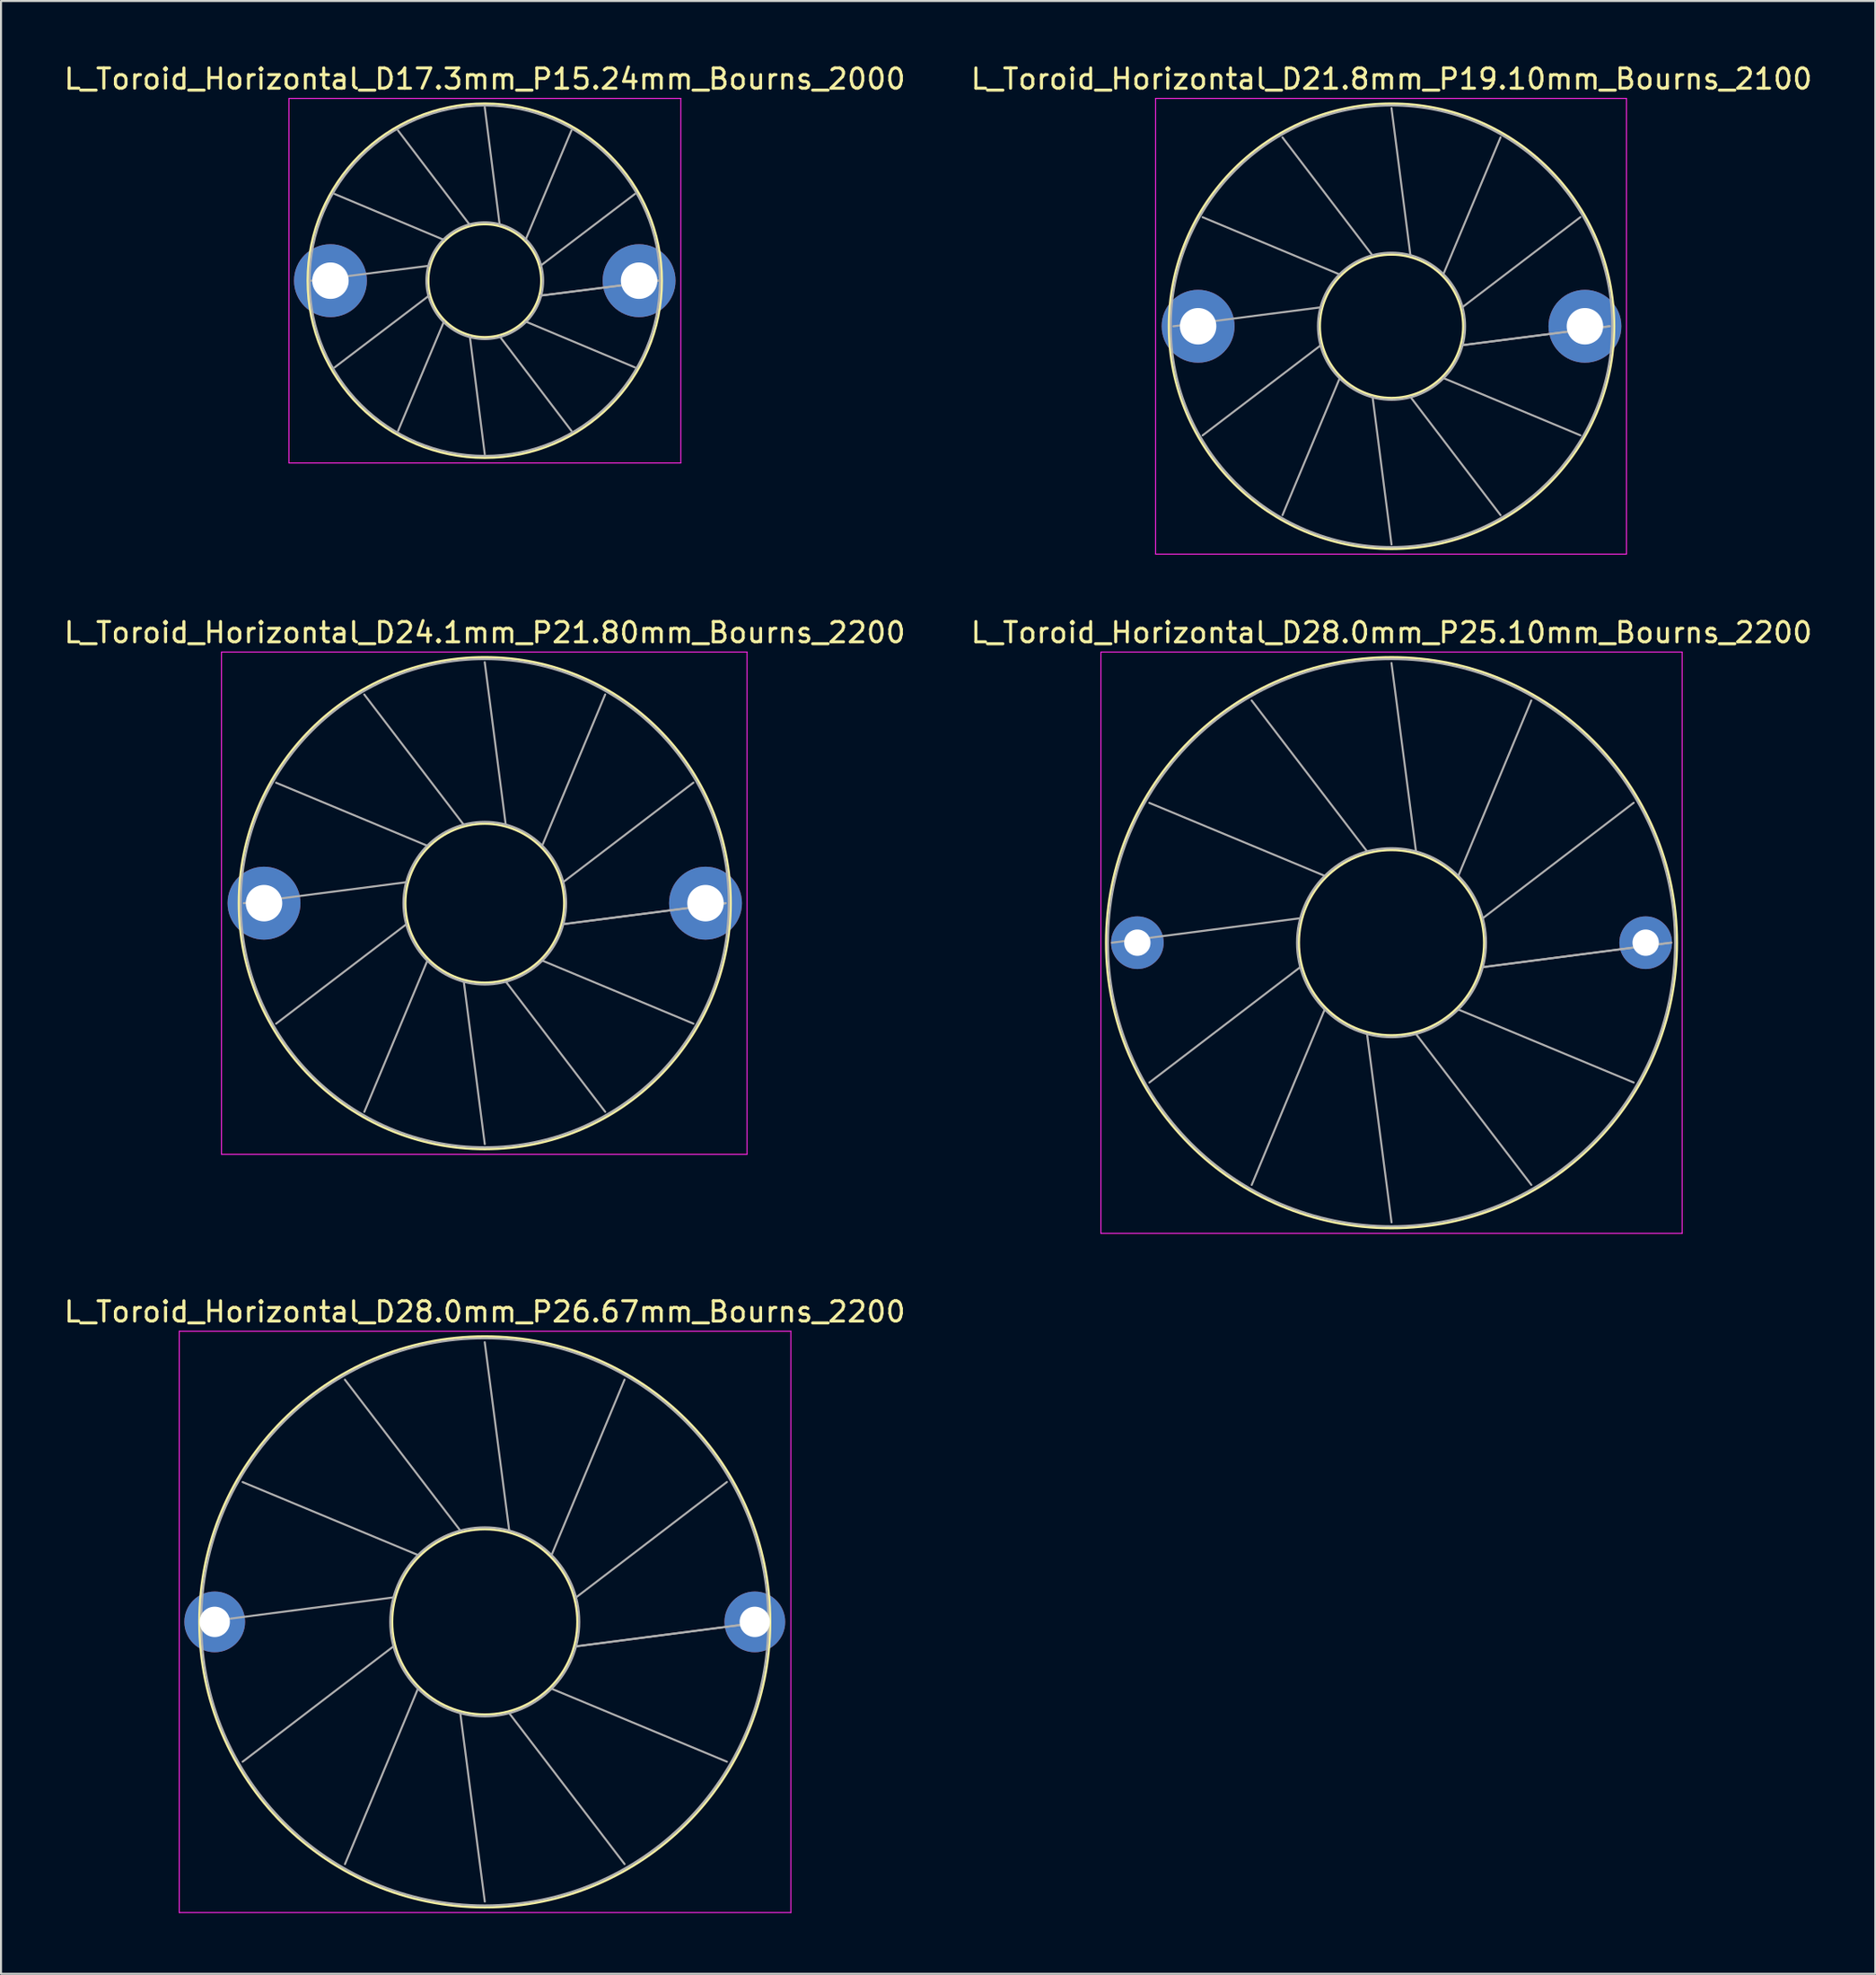
<source format=kicad_pcb>
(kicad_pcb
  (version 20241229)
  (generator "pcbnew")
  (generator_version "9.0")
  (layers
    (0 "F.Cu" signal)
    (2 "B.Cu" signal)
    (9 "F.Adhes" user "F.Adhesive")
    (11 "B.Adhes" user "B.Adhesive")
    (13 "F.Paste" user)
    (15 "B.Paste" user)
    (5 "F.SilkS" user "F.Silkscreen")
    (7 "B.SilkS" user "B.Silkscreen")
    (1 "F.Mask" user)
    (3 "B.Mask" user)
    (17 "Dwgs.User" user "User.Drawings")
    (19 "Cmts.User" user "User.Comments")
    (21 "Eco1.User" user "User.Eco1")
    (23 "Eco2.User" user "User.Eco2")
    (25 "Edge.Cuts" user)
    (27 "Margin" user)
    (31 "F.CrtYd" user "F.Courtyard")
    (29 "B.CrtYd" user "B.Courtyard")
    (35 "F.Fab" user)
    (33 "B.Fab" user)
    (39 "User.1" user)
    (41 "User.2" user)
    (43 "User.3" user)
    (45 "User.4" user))
  (footprint "L_Toroid_Horizontal_D21.8mm_P19.10mm_Bourns_2100"
    (layer "F.Cu")
    (at 56.111 13.058)
    (property "Reference" "L_Toroid_Horizontal_D21.8mm_P19.10mm_Bourns_2100" (at 9.55 -12.21 0) (layer "F.SilkS") (effects (font (size 1 1) (thickness 0.15))))
    (attr through_hole)
    (fp_circle (center 9.55 0) (end 13.093 0) (stroke (width 0.12) (type solid)) (fill no) (layer "F.SilkS"))
    (fp_circle (center 9.55 0) (end 20.54 0) (stroke (width 0.12) (type solid)) (fill no) (layer "F.SilkS"))
    (fp_line (start -2.1 -11.25) (end -2.1 11.25) (stroke (width 0.05) (type solid)) (layer "F.CrtYd"))
    (fp_line (start -2.1 11.25) (end 21.15 11.25) (stroke (width 0.05) (type solid)) (layer "F.CrtYd"))
    (fp_line (start 21.15 -11.25) (end -2.1 -11.25) (stroke (width 0.05) (type solid)) (layer "F.CrtYd"))
    (fp_line (start 21.15 11.25) (end 21.15 -11.25) (stroke (width 0.05) (type solid)) (layer "F.CrtYd"))
    (fp_line (start -1.22 0.001) (end 6.059 -0.935) (stroke (width 0.1) (type solid)) (layer "F.Fab"))
    (fp_line (start 0.222 -5.384) (end 6.994 -2.555) (stroke (width 0.1) (type solid)) (layer "F.Fab"))
    (fp_line (start 0.223 5.386) (end 6.059 0.936) (stroke (width 0.1) (type solid)) (layer "F.Fab"))
    (fp_line (start 4.164 -9.327) (end 8.614 -3.491) (stroke (width 0.1) (type solid)) (layer "F.Fab"))
    (fp_line (start 4.165 9.328) (end 6.995 2.556) (stroke (width 0.1) (type solid)) (layer "F.Fab"))
    (fp_line (start 9.549 -10.77) (end 10.485 -3.491) (stroke (width 0.1) (type solid)) (layer "F.Fab"))
    (fp_line (start 9.55 10.77) (end 8.615 3.491) (stroke (width 0.1) (type solid)) (layer "F.Fab"))
    (fp_line (start 14.934 -9.328) (end 12.105 -2.556) (stroke (width 0.1) (type solid)) (layer "F.Fab"))
    (fp_line (start 14.935 9.327) (end 10.486 3.491) (stroke (width 0.1) (type solid)) (layer "F.Fab"))
    (fp_line (start 18.876 -5.387) (end 13.041 -0.936) (stroke (width 0.1) (type solid)) (layer "F.Fab"))
    (fp_line (start 18.877 5.385) (end 12.106 2.556) (stroke (width 0.1) (type solid)) (layer "F.Fab"))
    (fp_line (start 20.32 -0.002) (end 13.041 0.935) (stroke (width 0.1) (type solid)) (layer "F.Fab"))
    (fp_line (start 20.32 0) (end 13.041 0.935) (stroke (width 0.1) (type solid)) (layer "F.Fab"))
    (fp_circle (center 9.55 0) (end 13.183 0) (stroke (width 0.1) (type solid)) (fill no) (layer "F.Fab"))
    (fp_circle (center 9.55 0) (end 20.45 0) (stroke (width 0.1) (type solid)) (fill no) (layer "F.Fab"))
    (pad "1" thru_hole circle (at 0 0) (size 3.6 3.6) (drill 1.8) (layers "*.Cu" "*.Mask"))
    (pad "2" thru_hole circle (at 19.1 0) (size 3.6 3.6) (drill 1.8) (layers "*.Cu" "*.Mask")))
  (footprint "L_Toroid_Horizontal_D28.0mm_P25.10mm_Bourns_2200"
    (layer "F.Cu")
    (at 53.111 43.492)
    (property "Reference" "L_Toroid_Horizontal_D28.0mm_P25.10mm_Bourns_2200" (at 12.55 -15.31 0) (layer "F.SilkS") (effects (font (size 1 1) (thickness 0.15))))
    (attr through_hole)
    (fp_circle (center 12.55 0) (end 17.127 0) (stroke (width 0.12) (type solid)) (fill no) (layer "F.SilkS"))
    (fp_circle (center 12.55 0) (end 26.64 0) (stroke (width 0.12) (type solid)) (fill no) (layer "F.SilkS"))
    (fp_line (start -1.8 -14.35) (end -1.8 14.35) (stroke (width 0.05) (type solid)) (layer "F.CrtYd"))
    (fp_line (start -1.8 14.35) (end 26.9 14.35) (stroke (width 0.05) (type solid)) (layer "F.CrtYd"))
    (fp_line (start 26.9 -14.35) (end -1.8 -14.35) (stroke (width 0.05) (type solid)) (layer "F.CrtYd"))
    (fp_line (start 26.9 14.35) (end 26.9 -14.35) (stroke (width 0.05) (type solid)) (layer "F.CrtYd"))
    (fp_line (start -1.258 0.001) (end 8.041 -1.208) (stroke (width 0.1) (type solid)) (layer "F.Fab"))
    (fp_line (start 0.591 -6.903) (end 9.249 -3.301) (stroke (width 0.1) (type solid)) (layer "F.Fab"))
    (fp_line (start 0.592 6.905) (end 8.041 1.209) (stroke (width 0.1) (type solid)) (layer "F.Fab"))
    (fp_line (start 5.644 -11.957) (end 11.341 -4.509) (stroke (width 0.1) (type solid)) (layer "F.Fab"))
    (fp_line (start 5.647 11.959) (end 9.249 3.301) (stroke (width 0.1) (type solid)) (layer "F.Fab"))
    (fp_line (start 12.548 -13.808) (end 13.758 -4.509) (stroke (width 0.1) (type solid)) (layer "F.Fab"))
    (fp_line (start 12.551 13.808) (end 11.342 4.509) (stroke (width 0.1) (type solid)) (layer "F.Fab"))
    (fp_line (start 19.452 -11.959) (end 15.85 -3.301) (stroke (width 0.1) (type solid)) (layer "F.Fab"))
    (fp_line (start 19.454 11.958) (end 13.758 4.509) (stroke (width 0.1) (type solid)) (layer "F.Fab"))
    (fp_line (start 24.507 -6.906) (end 17.059 -1.209) (stroke (width 0.1) (type solid)) (layer "F.Fab"))
    (fp_line (start 24.508 6.904) (end 15.851 3.301) (stroke (width 0.1) (type solid)) (layer "F.Fab"))
    (fp_line (start 26.358 -0.003) (end 17.059 1.207) (stroke (width 0.1) (type solid)) (layer "F.Fab"))
    (fp_line (start 26.358 0) (end 17.059 1.208) (stroke (width 0.1) (type solid)) (layer "F.Fab"))
    (fp_circle (center 12.55 0) (end 17.217 0) (stroke (width 0.1) (type solid)) (fill no) (layer "F.Fab"))
    (fp_circle (center 12.55 0) (end 26.55 0) (stroke (width 0.1) (type solid)) (fill no) (layer "F.Fab"))
    (pad "1" thru_hole circle (at 0 0) (size 2.6 2.6) (drill 1.3) (layers "*.Cu" "*.Mask"))
    (pad "2" thru_hole circle (at 25.1 0) (size 2.6 2.6) (drill 1.3) (layers "*.Cu" "*.Mask")))
  (footprint "L_Toroid_Horizontal_D24.1mm_P21.80mm_Bourns_2200"
    (layer "F.Cu")
    (at 9.987 41.541)
    (property "Reference" "L_Toroid_Horizontal_D24.1mm_P21.80mm_Bourns_2200" (at 10.9 -13.36 0) (layer "F.SilkS") (effects (font (size 1 1) (thickness 0.15))))
    (attr through_hole)
    (fp_circle (center 10.9 0) (end 14.827 0) (stroke (width 0.12) (type solid)) (fill no) (layer "F.SilkS"))
    (fp_circle (center 10.9 0) (end 23.04 0) (stroke (width 0.12) (type solid)) (fill no) (layer "F.SilkS"))
    (fp_line (start -2.1 -12.4) (end -2.1 12.4) (stroke (width 0.05) (type solid)) (layer "F.CrtYd"))
    (fp_line (start -2.1 12.4) (end 23.85 12.4) (stroke (width 0.05) (type solid)) (layer "F.CrtYd"))
    (fp_line (start 23.85 -12.4) (end -2.1 -12.4) (stroke (width 0.05) (type solid)) (layer "F.CrtYd"))
    (fp_line (start 23.85 12.4) (end 23.85 -12.4) (stroke (width 0.05) (type solid)) (layer "F.CrtYd"))
    (fp_line (start -0.997 0.001) (end 7.031 -1.036) (stroke (width 0.1) (type solid)) (layer "F.Fab"))
    (fp_line (start 0.596 -5.947) (end 8.068 -2.832) (stroke (width 0.1) (type solid)) (layer "F.Fab"))
    (fp_line (start 0.597 5.949) (end 7.031 1.037) (stroke (width 0.1) (type solid)) (layer "F.Fab"))
    (fp_line (start 4.95 -10.303) (end 9.863 -3.869) (stroke (width 0.1) (type solid)) (layer "F.Fab"))
    (fp_line (start 4.952 10.304) (end 8.068 2.832) (stroke (width 0.1) (type solid)) (layer "F.Fab"))
    (fp_line (start 10.898 -11.897) (end 11.936 -3.869) (stroke (width 0.1) (type solid)) (layer "F.Fab"))
    (fp_line (start 10.901 11.897) (end 9.864 3.869) (stroke (width 0.1) (type solid)) (layer "F.Fab"))
    (fp_line (start 16.847 -10.304) (end 13.732 -2.833) (stroke (width 0.1) (type solid)) (layer "F.Fab"))
    (fp_line (start 16.849 10.303) (end 11.937 3.869) (stroke (width 0.1) (type solid)) (layer "F.Fab"))
    (fp_line (start 21.202 -5.95) (end 14.769 -1.037) (stroke (width 0.1) (type solid)) (layer "F.Fab"))
    (fp_line (start 21.203 5.948) (end 13.732 2.832) (stroke (width 0.1) (type solid)) (layer "F.Fab"))
    (fp_line (start 22.797 -0.002) (end 14.769 1.036) (stroke (width 0.1) (type solid)) (layer "F.Fab"))
    (fp_line (start 22.797 0) (end 14.769 1.037) (stroke (width 0.1) (type solid)) (layer "F.Fab"))
    (fp_circle (center 10.9 0) (end 14.917 0) (stroke (width 0.1) (type solid)) (fill no) (layer "F.Fab"))
    (fp_circle (center 10.9 0) (end 22.95 0) (stroke (width 0.1) (type solid)) (fill no) (layer "F.Fab"))
    (pad "1" thru_hole circle (at 0 0) (size 3.6 3.6) (drill 1.8) (layers "*.Cu" "*.Mask"))
    (pad "2" thru_hole circle (at 21.8 0) (size 3.6 3.6) (drill 1.8) (layers "*.Cu" "*.Mask")))
  (footprint "L_Toroid_Horizontal_D28.0mm_P26.67mm_Bourns_2200"
    (layer "F.Cu")
    (at 7.552 77.025)
    (property "Reference" "L_Toroid_Horizontal_D28.0mm_P26.67mm_Bourns_2200" (at 13.335 -15.31 0) (layer "F.SilkS") (effects (font (size 1 1) (thickness 0.15))))
    (attr through_hole)
    (fp_circle (center 13.335 0) (end 17.912 0) (stroke (width 0.12) (type solid)) (fill no) (layer "F.SilkS"))
    (fp_circle (center 13.335 0) (end 27.425 0) (stroke (width 0.12) (type solid)) (fill no) (layer "F.SilkS"))
    (fp_line (start -1.75 -14.35) (end -1.75 14.35) (stroke (width 0.05) (type solid)) (layer "F.CrtYd"))
    (fp_line (start -1.75 14.35) (end 28.45 14.35) (stroke (width 0.05) (type solid)) (layer "F.CrtYd"))
    (fp_line (start 28.45 -14.35) (end -1.75 -14.35) (stroke (width 0.05) (type solid)) (layer "F.CrtYd"))
    (fp_line (start 28.45 14.35) (end 28.45 -14.35) (stroke (width 0.05) (type solid)) (layer "F.CrtYd"))
    (fp_line (start -0.473 0.001) (end 8.826 -1.208) (stroke (width 0.1) (type solid)) (layer "F.Fab"))
    (fp_line (start 1.376 -6.903) (end 10.034 -3.301) (stroke (width 0.1) (type solid)) (layer "F.Fab"))
    (fp_line (start 1.377 6.905) (end 8.826 1.209) (stroke (width 0.1) (type solid)) (layer "F.Fab"))
    (fp_line (start 6.429 -11.957) (end 12.126 -4.509) (stroke (width 0.1) (type solid)) (layer "F.Fab"))
    (fp_line (start 6.432 11.959) (end 10.034 3.301) (stroke (width 0.1) (type solid)) (layer "F.Fab"))
    (fp_line (start 13.333 -13.808) (end 14.543 -4.509) (stroke (width 0.1) (type solid)) (layer "F.Fab"))
    (fp_line (start 13.336 13.808) (end 12.127 4.509) (stroke (width 0.1) (type solid)) (layer "F.Fab"))
    (fp_line (start 20.237 -11.959) (end 16.635 -3.301) (stroke (width 0.1) (type solid)) (layer "F.Fab"))
    (fp_line (start 20.239 11.958) (end 14.543 4.509) (stroke (width 0.1) (type solid)) (layer "F.Fab"))
    (fp_line (start 25.292 -6.906) (end 17.844 -1.209) (stroke (width 0.1) (type solid)) (layer "F.Fab"))
    (fp_line (start 25.293 6.904) (end 16.636 3.301) (stroke (width 0.1) (type solid)) (layer "F.Fab"))
    (fp_line (start 27.143 -0.003) (end 17.844 1.207) (stroke (width 0.1) (type solid)) (layer "F.Fab"))
    (fp_line (start 27.143 0) (end 17.844 1.208) (stroke (width 0.1) (type solid)) (layer "F.Fab"))
    (fp_circle (center 13.335 0) (end 18.002 0) (stroke (width 0.1) (type solid)) (fill no) (layer "F.Fab"))
    (fp_circle (center 13.335 0) (end 27.335 0) (stroke (width 0.1) (type solid)) (fill no) (layer "F.Fab"))
    (pad "1" thru_hole circle (at 0 0) (size 3 3) (drill 1.5) (layers "*.Cu" "*.Mask"))
    (pad "2" thru_hole circle (at 26.67 0) (size 3 3) (drill 1.5) (layers "*.Cu" "*.Mask")))
  (footprint "L_Toroid_Horizontal_D17.3mm_P15.24mm_Bourns_2000"
    (layer "F.Cu")
    (at 13.267 10.808)
    (property "Reference" "L_Toroid_Horizontal_D17.3mm_P15.24mm_Bourns_2000" (at 7.62 -9.96 0) (layer "F.SilkS") (effects (font (size 1 1) (thickness 0.15))))
    (attr through_hole)
    (fp_circle (center 7.62 0) (end 10.413 0) (stroke (width 0.12) (type solid)) (fill no) (layer "F.SilkS"))
    (fp_circle (center 7.62 0) (end 16.36 0) (stroke (width 0.12) (type solid)) (fill no) (layer "F.SilkS"))
    (fp_line (start -2.05 -9) (end -2.05 9) (stroke (width 0.05) (type solid)) (layer "F.CrtYd"))
    (fp_line (start -2.05 9) (end 17.3 9) (stroke (width 0.05) (type solid)) (layer "F.CrtYd"))
    (fp_line (start 17.3 -9) (end -2.05 -9) (stroke (width 0.05) (type solid)) (layer "F.CrtYd"))
    (fp_line (start 17.3 9) (end 17.3 -9) (stroke (width 0.05) (type solid)) (layer "F.CrtYd"))
    (fp_line (start -0.945 0.001) (end 4.868 -0.737) (stroke (width 0.1) (type solid)) (layer "F.Fab"))
    (fp_line (start 0.202 -4.282) (end 5.605 -2.014) (stroke (width 0.1) (type solid)) (layer "F.Fab"))
    (fp_line (start 0.203 4.283) (end 4.868 0.738) (stroke (width 0.1) (type solid)) (layer "F.Fab"))
    (fp_line (start 3.336 -7.417) (end 6.882 -2.752) (stroke (width 0.1) (type solid)) (layer "F.Fab"))
    (fp_line (start 3.338 7.418) (end 5.605 2.015) (stroke (width 0.1) (type solid)) (layer "F.Fab"))
    (fp_line (start 7.619 -8.565) (end 8.357 -2.752) (stroke (width 0.1) (type solid)) (layer "F.Fab"))
    (fp_line (start 7.62 8.565) (end 6.883 2.752) (stroke (width 0.1) (type solid)) (layer "F.Fab"))
    (fp_line (start 11.901 -7.418) (end 9.634 -2.015) (stroke (width 0.1) (type solid)) (layer "F.Fab"))
    (fp_line (start 11.903 7.418) (end 8.358 2.752) (stroke (width 0.1) (type solid)) (layer "F.Fab"))
    (fp_line (start 15.037 -4.284) (end 10.372 -0.738) (stroke (width 0.1) (type solid)) (layer "F.Fab"))
    (fp_line (start 15.038 4.282) (end 9.635 2.015) (stroke (width 0.1) (type solid)) (layer "F.Fab"))
    (fp_line (start 16.185 -0.002) (end 10.372 0.737) (stroke (width 0.1) (type solid)) (layer "F.Fab"))
    (fp_line (start 16.185 0) (end 10.372 0.737) (stroke (width 0.1) (type solid)) (layer "F.Fab"))
    (fp_circle (center 7.62 0) (end 10.503 0) (stroke (width 0.1) (type solid)) (fill no) (layer "F.Fab"))
    (fp_circle (center 7.62 0) (end 16.27 0) (stroke (width 0.1) (type solid)) (fill no) (layer "F.Fab"))
    (pad "1" thru_hole circle (at 0 0) (size 3.6 3.6) (drill 1.8) (layers "*.Cu" "*.Mask"))
    (pad "2" thru_hole circle (at 15.24 0) (size 3.6 3.6) (drill 1.8) (layers "*.Cu" "*.Mask")))
  (gr_rect
    (start -3 -3)
    (end 89.548 94.4)
    (stroke (width 0.1) (type default))
    (fill no)
    (layer "Edge.Cuts")))
</source>
